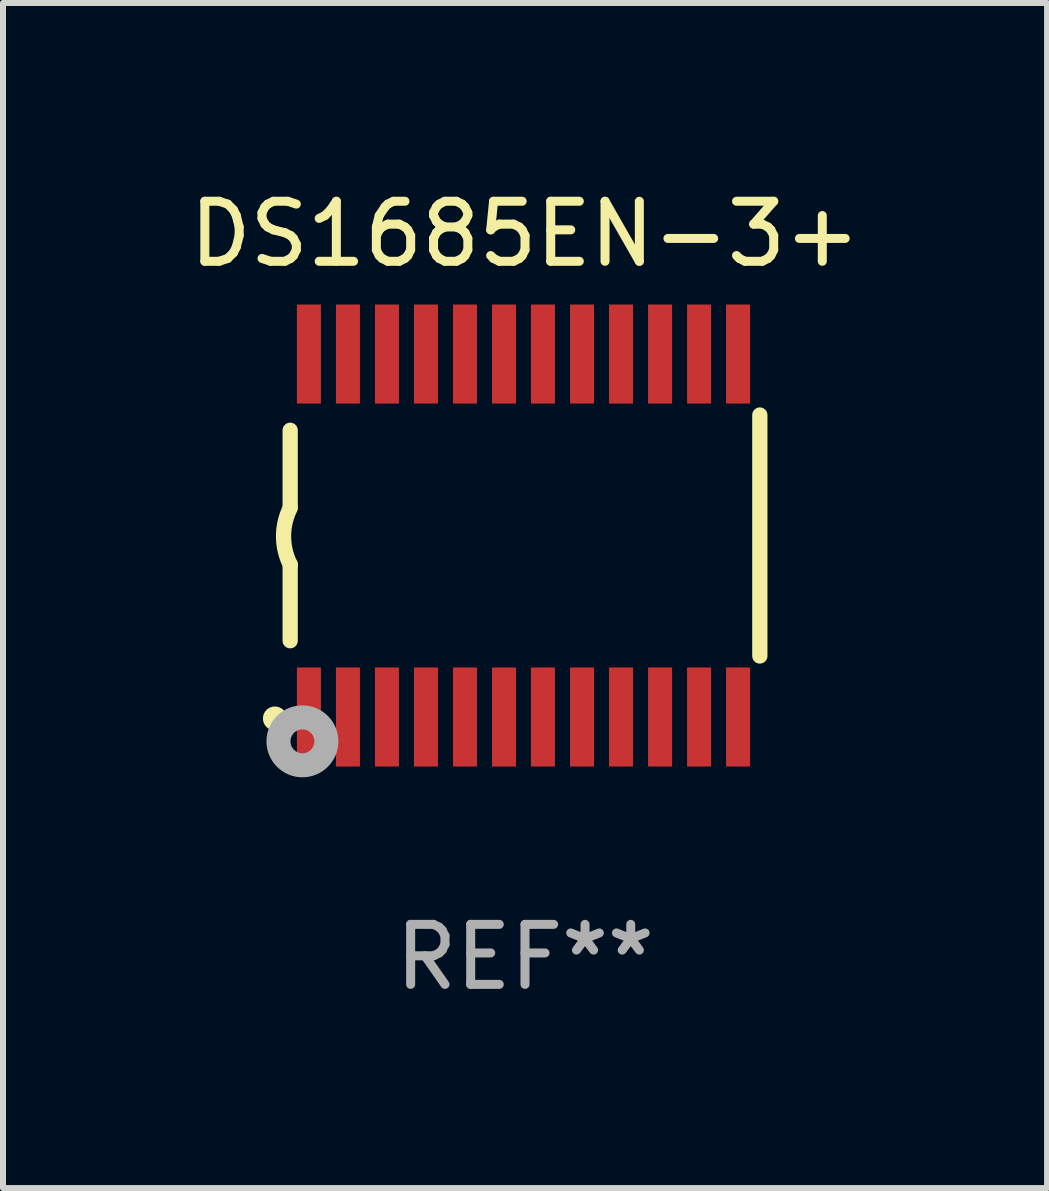
<source format=kicad_pcb>
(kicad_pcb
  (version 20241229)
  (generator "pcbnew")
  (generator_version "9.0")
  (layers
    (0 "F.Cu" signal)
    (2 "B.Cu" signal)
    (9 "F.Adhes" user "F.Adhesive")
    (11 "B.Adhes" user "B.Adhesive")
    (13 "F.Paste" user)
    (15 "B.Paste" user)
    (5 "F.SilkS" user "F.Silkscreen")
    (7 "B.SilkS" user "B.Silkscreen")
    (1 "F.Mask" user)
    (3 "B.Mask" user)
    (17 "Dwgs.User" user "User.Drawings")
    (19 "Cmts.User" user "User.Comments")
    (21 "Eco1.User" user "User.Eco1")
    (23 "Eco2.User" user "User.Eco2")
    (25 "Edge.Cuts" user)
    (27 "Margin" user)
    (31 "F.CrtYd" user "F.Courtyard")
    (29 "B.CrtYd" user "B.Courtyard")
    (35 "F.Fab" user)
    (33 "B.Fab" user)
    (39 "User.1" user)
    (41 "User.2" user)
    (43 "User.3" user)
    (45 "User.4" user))
  (footprint "DS1685EN-3+"
    (layer "F.Cu")
    (at 5.696 5.871)
    (property "Reference" "DS1685EN-3+" (at 0 -5.023 0) (layer "F.SilkS") (effects (font (size 1 1) (thickness 0.15))))
    (attr through_hole)
    (fp_line (start -3.912 -0.483) (end -3.912 -1.753) (stroke (width 0.254) (type solid)) (layer "F.SilkS"))
    (fp_line (start -3.912 1.753) (end -3.912 0.483) (stroke (width 0.254) (type solid)) (layer "F.SilkS"))
    (fp_line (start 3.912 -2.007) (end 3.912 2.007) (stroke (width 0.254) (type solid)) (layer "F.SilkS"))
    (fp_arc (start -3.911608 0.482601) (mid -4.022537 0.0127) (end -3.911608 -0.457201) (stroke (width 0.254001) (type solid)) (layer "F.SilkS"))
    (fp_circle (center -4.166 3.048) (end -4.066 3.048) (stroke (width 0.2) (type solid)) (fill no) (layer "F.SilkS"))
    (fp_circle (center -3.925 3.186) (end -3.895 3.186) (stroke (width 0.06) (type solid)) (fill no) (layer "F.SilkS"))
    (fp_circle (center -3.708 3.429) (end -3.509 3.429) (stroke (width 0.4) (type solid)) (fill no) (layer "F.Fab"))
    (fp_text user "REF**" (at 0 7.023 0) (layer "F.Fab") (effects (font (size 1 1) (thickness 0.15))))
    (pad "1" smd rect (at -3.6 3.023) (size 0.4 1.65) (layers "F.Cu" "F.Mask" "F.Paste"))
    (pad "2" smd rect (at -2.95 3.023) (size 0.4 1.65) (layers "F.Cu" "F.Mask" "F.Paste"))
    (pad "3" smd rect (at -2.3 3.023) (size 0.4 1.65) (layers "F.Cu" "F.Mask" "F.Paste"))
    (pad "4" smd rect (at -1.65 3.023) (size 0.4 1.65) (layers "F.Cu" "F.Mask" "F.Paste"))
    (pad "5" smd rect (at -1 3.023) (size 0.4 1.65) (layers "F.Cu" "F.Mask" "F.Paste"))
    (pad "6" smd rect (at -0.35 3.023) (size 0.4 1.65) (layers "F.Cu" "F.Mask" "F.Paste"))
    (pad "7" smd rect (at 0.299 3.023) (size 0.4 1.65) (layers "F.Cu" "F.Mask" "F.Paste"))
    (pad "8" smd rect (at 0.95 3.023) (size 0.4 1.65) (layers "F.Cu" "F.Mask" "F.Paste"))
    (pad "9" smd rect (at 1.6 3.023) (size 0.4 1.65) (layers "F.Cu" "F.Mask" "F.Paste"))
    (pad "10" smd rect (at 2.25 3.023) (size 0.4 1.65) (layers "F.Cu" "F.Mask" "F.Paste"))
    (pad "11" smd rect (at 2.9 3.023) (size 0.4 1.65) (layers "F.Cu" "F.Mask" "F.Paste"))
    (pad "12" smd rect (at 3.549 3.023) (size 0.4 1.65) (layers "F.Cu" "F.Mask" "F.Paste"))
    (pad "13" smd rect (at 3.549 -3.023) (size 0.4 1.65) (layers "F.Cu" "F.Mask" "F.Paste"))
    (pad "14" smd rect (at 2.9 -3.023) (size 0.4 1.65) (layers "F.Cu" "F.Mask" "F.Paste"))
    (pad "15" smd rect (at 2.25 -3.023) (size 0.4 1.65) (layers "F.Cu" "F.Mask" "F.Paste"))
    (pad "16" smd rect (at 1.6 -3.023) (size 0.4 1.65) (layers "F.Cu" "F.Mask" "F.Paste"))
    (pad "17" smd rect (at 0.95 -3.023) (size 0.4 1.65) (layers "F.Cu" "F.Mask" "F.Paste"))
    (pad "18" smd rect (at 0.299 -3.023) (size 0.4 1.65) (layers "F.Cu" "F.Mask" "F.Paste"))
    (pad "19" smd rect (at -0.35 -3.023) (size 0.4 1.65) (layers "F.Cu" "F.Mask" "F.Paste"))
    (pad "20" smd rect (at -1 -3.023) (size 0.4 1.65) (layers "F.Cu" "F.Mask" "F.Paste"))
    (pad "21" smd rect (at -1.65 -3.023) (size 0.4 1.65) (layers "F.Cu" "F.Mask" "F.Paste"))
    (pad "22" smd rect (at -2.3 -3.023) (size 0.4 1.65) (layers "F.Cu" "F.Mask" "F.Paste"))
    (pad "23" smd rect (at -2.95 -3.023) (size 0.4 1.65) (layers "F.Cu" "F.Mask" "F.Paste"))
    (pad "24" smd rect (at -3.6 -3.023) (size 0.4 1.65) (layers "F.Cu" "F.Mask" "F.Paste")))
  (gr_rect
    (start -3 -3)
    (end 14.393 16.742)
    (stroke (width 0.1) (type default))
    (fill no)
    (layer "Edge.Cuts")))
</source>
